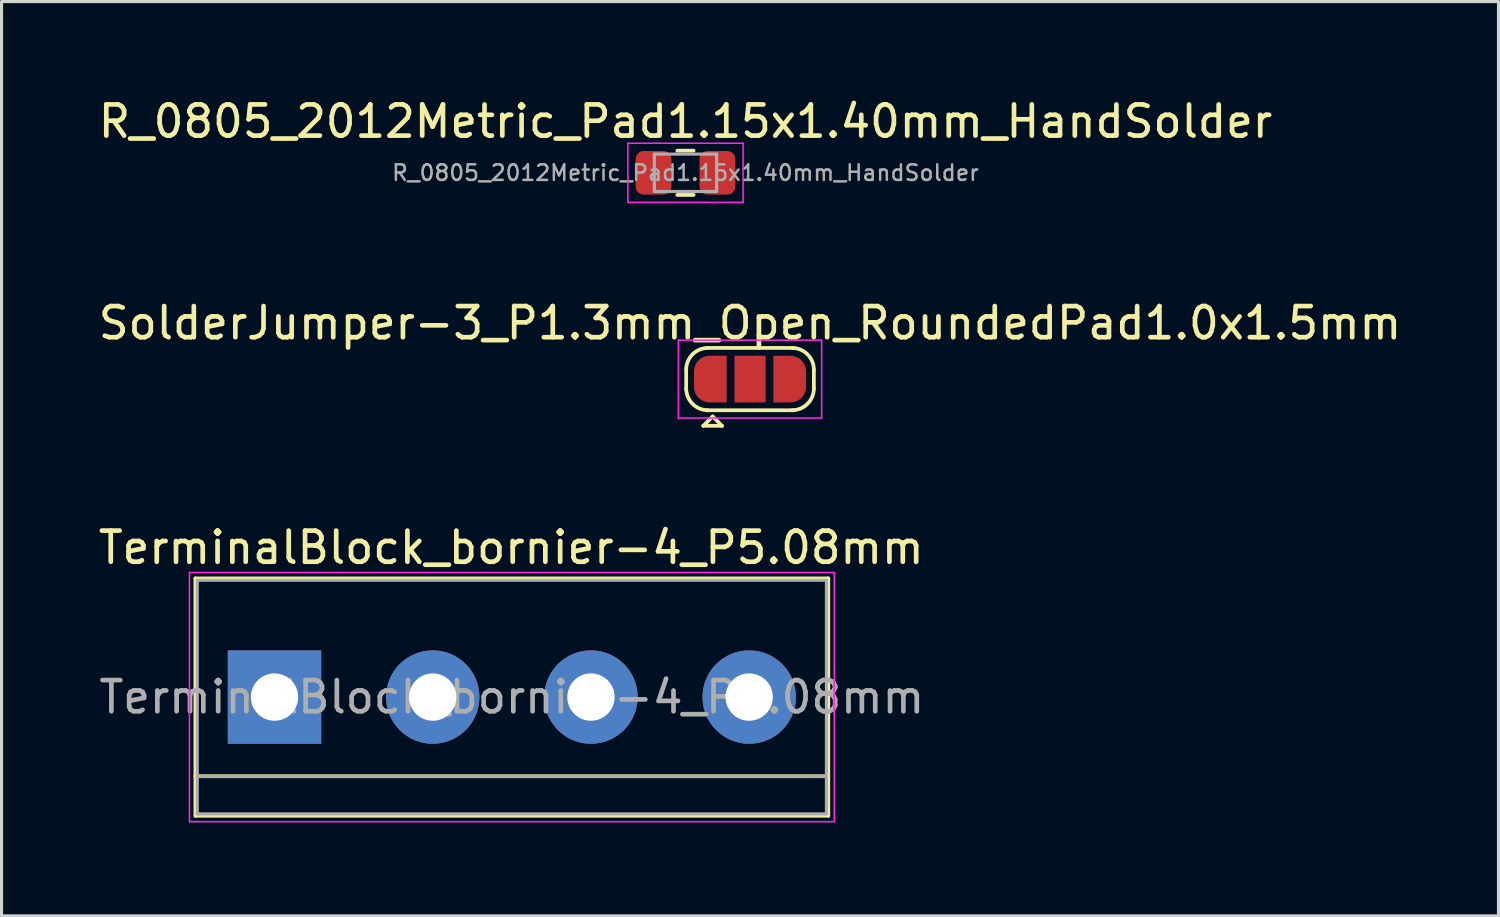
<source format=kicad_pcb>
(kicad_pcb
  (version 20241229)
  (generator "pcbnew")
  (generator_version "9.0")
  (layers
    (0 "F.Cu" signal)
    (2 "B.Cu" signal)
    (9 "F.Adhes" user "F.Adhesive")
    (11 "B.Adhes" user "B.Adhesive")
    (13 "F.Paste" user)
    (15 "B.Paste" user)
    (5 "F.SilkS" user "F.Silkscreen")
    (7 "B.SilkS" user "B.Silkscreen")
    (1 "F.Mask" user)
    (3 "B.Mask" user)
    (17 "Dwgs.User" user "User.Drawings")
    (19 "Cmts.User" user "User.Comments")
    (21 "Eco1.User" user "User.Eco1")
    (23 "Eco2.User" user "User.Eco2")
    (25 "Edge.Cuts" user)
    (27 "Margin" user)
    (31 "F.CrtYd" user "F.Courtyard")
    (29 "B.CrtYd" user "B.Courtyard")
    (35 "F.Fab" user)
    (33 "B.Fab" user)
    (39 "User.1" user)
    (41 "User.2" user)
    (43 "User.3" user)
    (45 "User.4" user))
  (footprint "R_0805_2012Metric_Pad1.15x1.40mm_HandSolder"
    (layer "F.Cu")
    (at 18.958 2.498)
    (property "Reference" "R_0805_2012Metric_Pad1.15x1.40mm_HandSolder" (at 0 -1.65 0) (layer "F.SilkS") (effects (font (size 1 1) (thickness 0.15))))
    (attr smd)
    (fp_line (start -0.261 -0.71) (end 0.261 -0.71) (stroke (width 0.12) (type solid)) (layer "F.SilkS"))
    (fp_line (start -0.261 0.71) (end 0.261 0.71) (stroke (width 0.12) (type solid)) (layer "F.SilkS"))
    (fp_line (start -1.85 -0.95) (end 1.85 -0.95) (stroke (width 0.05) (type solid)) (layer "F.CrtYd"))
    (fp_line (start -1.85 0.95) (end -1.85 -0.95) (stroke (width 0.05) (type solid)) (layer "F.CrtYd"))
    (fp_line (start 1.85 -0.95) (end 1.85 0.95) (stroke (width 0.05) (type solid)) (layer "F.CrtYd"))
    (fp_line (start 1.85 0.95) (end -1.85 0.95) (stroke (width 0.05) (type solid)) (layer "F.CrtYd"))
    (fp_line (start -1 -0.6) (end 1 -0.6) (stroke (width 0.1) (type solid)) (layer "F.Fab"))
    (fp_line (start -1 0.6) (end -1 -0.6) (stroke (width 0.1) (type solid)) (layer "F.Fab"))
    (fp_line (start 1 -0.6) (end 1 0.6) (stroke (width 0.1) (type solid)) (layer "F.Fab"))
    (fp_line (start 1 0.6) (end -1 0.6) (stroke (width 0.1) (type solid)) (layer "F.Fab"))
    (fp_text user "${REFERENCE}" (at 0 0 0) (layer "F.Fab") (effects (font (size 0.5 0.5) (thickness 0.08))))
    (pad "1" smd roundrect (at -1.025 0) (size 1.15 1.4) (layers "F.Cu" "F.Mask" "F.Paste") (roundrect_rratio 0.217))
    (pad "2" smd roundrect (at 1.025 0) (size 1.15 1.4) (layers "F.Cu" "F.Mask" "F.Paste") (roundrect_rratio 0.217)))
  (footprint "SolderJumper-3_P1.3mm_Open_RoundedPad1.0x1.5mm"
    (layer "F.Cu")
    (at 21.03 9.121)
    (property "Reference" "SolderJumper-3_P1.3mm_Open_RoundedPad1.0x1.5mm" (at 0 -1.8 0) (layer "F.SilkS") (effects (font (size 1 1) (thickness 0.15))))
    (attr exclude_from_pos_files exclude_from_bom)
    (fp_line (start -2.05 0.3) (end -2.05 -0.3) (stroke (width 0.12) (type solid)) (layer "F.SilkS"))
    (fp_line (start -1.5 1.5) (end -0.9 1.5) (stroke (width 0.12) (type solid)) (layer "F.SilkS"))
    (fp_line (start -1.4 -1) (end 1.4 -1) (stroke (width 0.12) (type solid)) (layer "F.SilkS"))
    (fp_line (start -1.2 1.2) (end -1.5 1.5) (stroke (width 0.12) (type solid)) (layer "F.SilkS"))
    (fp_line (start -1.2 1.2) (end -0.9 1.5) (stroke (width 0.12) (type solid)) (layer "F.SilkS"))
    (fp_line (start 1.4 1) (end -1.4 1) (stroke (width 0.12) (type solid)) (layer "F.SilkS"))
    (fp_line (start 2.05 -0.3) (end 2.05 0.3) (stroke (width 0.12) (type solid)) (layer "F.SilkS"))
    (fp_arc (start -2.05 -0.3) (mid -1.844975 -0.794975) (end -1.35 -1) (stroke (width 0.12) (type solid)) (layer "F.SilkS"))
    (fp_arc (start -1.35 1) (mid -1.844975 0.794975) (end -2.05 0.3) (stroke (width 0.12) (type solid)) (layer "F.SilkS"))
    (fp_arc (start 1.35 -1) (mid 1.844975 -0.794975) (end 2.05 -0.3) (stroke (width 0.12) (type solid)) (layer "F.SilkS"))
    (fp_arc (start 2.05 0.3) (mid 1.844975 0.794975) (end 1.35 1) (stroke (width 0.12) (type solid)) (layer "F.SilkS"))
    (fp_line (start -2.3 -1.25) (end -2.3 1.25) (stroke (width 0.05) (type solid)) (layer "F.CrtYd"))
    (fp_line (start -2.3 -1.25) (end 2.3 -1.25) (stroke (width 0.05) (type solid)) (layer "F.CrtYd"))
    (fp_line (start 2.3 1.25) (end -2.3 1.25) (stroke (width 0.05) (type solid)) (layer "F.CrtYd"))
    (fp_line (start 2.3 1.25) (end 2.3 -1.25) (stroke (width 0.05) (type solid)) (layer "F.CrtYd"))
    (pad "1" smd custom (at -1.3 0) (size 1 0.5) (layers "F.Cu" "F.Mask") (options (anchor rect)) (primitives (gr_circle (center 0 0.25) (end 0.5 0.25) (width 0) (fill yes)) (gr_circle (center 0 -0.25) (end 0.5 -0.25) (width 0) (fill yes)) (gr_poly (pts (xy 0.55 -0.75) (xy 0 -0.75) (xy 0 0.75) (xy 0.55 0.75)) (width 0) (fill yes))))
    (pad "2" smd rect (at 0 0) (size 1 1.5) (layers "F.Cu" "F.Mask"))
    (pad "3" smd custom (at 1.3 0) (size 1 0.5) (layers "F.Cu" "F.Mask") (options (anchor rect)) (primitives (gr_circle (center 0 0.25) (end 0.5 0.25) (width 0) (fill yes)) (gr_circle (center 0 -0.25) (end 0.5 -0.25) (width 0) (fill yes)) (gr_poly (pts (xy -0.55 -0.75) (xy 0 -0.75) (xy 0 0.75) (xy -0.55 0.75)) (width 0) (fill yes)))))
  (footprint "TerminalBlock_bornier-4_P5.08mm"
    (layer "F.Cu")
    (at 5.763 19.33)
    (property "Reference" "TerminalBlock_bornier-4_P5.08mm" (at 7.6 -4.8 0) (layer "F.SilkS") (effects (font (size 1 1) (thickness 0.15))))
    (attr through_hole)
    (fp_line (start -2.54 -3.81) (end -2.54 3.81) (stroke (width 0.12) (type solid)) (layer "F.SilkS"))
    (fp_line (start -2.54 -3.81) (end 17.78 -3.81) (stroke (width 0.12) (type solid)) (layer "F.SilkS"))
    (fp_line (start -2.54 3.81) (end 17.78 3.81) (stroke (width 0.12) (type solid)) (layer "F.SilkS"))
    (fp_line (start 17.78 2.54) (end -2.54 2.54) (stroke (width 0.12) (type solid)) (layer "F.SilkS"))
    (fp_line (start 17.78 3.81) (end 17.78 -3.81) (stroke (width 0.12) (type solid)) (layer "F.SilkS"))
    (fp_line (start -2.73 -4) (end -2.73 4) (stroke (width 0.05) (type solid)) (layer "F.CrtYd"))
    (fp_line (start -2.73 -4) (end 17.97 -4) (stroke (width 0.05) (type solid)) (layer "F.CrtYd"))
    (fp_line (start 17.97 4) (end -2.73 4) (stroke (width 0.05) (type solid)) (layer "F.CrtYd"))
    (fp_line (start 17.97 4) (end 17.97 -4) (stroke (width 0.05) (type solid)) (layer "F.CrtYd"))
    (fp_line (start -2.48 -3.75) (end 17.72 -3.75) (stroke (width 0.1) (type solid)) (layer "F.Fab"))
    (fp_line (start -2.48 2.55) (end 17.72 2.55) (stroke (width 0.1) (type solid)) (layer "F.Fab"))
    (fp_line (start -2.48 3.75) (end -2.48 -3.75) (stroke (width 0.1) (type solid)) (layer "F.Fab"))
    (fp_line (start -2.43 3.75) (end -2.48 3.75) (stroke (width 0.1) (type solid)) (layer "F.Fab"))
    (fp_line (start 17.72 -3.75) (end 17.72 3.75) (stroke (width 0.1) (type solid)) (layer "F.Fab"))
    (fp_line (start 17.72 3.75) (end -2.43 3.75) (stroke (width 0.1) (type solid)) (layer "F.Fab"))
    (fp_text user "${REFERENCE}" (at 7.62 0 0) (layer "F.Fab") (effects (font (size 1 1) (thickness 0.15))))
    (pad "1" thru_hole rect (at 0 0) (size 3 3) (drill 1.52) (layers "*.Cu" "*.Mask"))
    (pad "2" thru_hole circle (at 5.08 0) (size 3 3) (drill 1.52) (layers "*.Cu" "*.Mask"))
    (pad "3" thru_hole circle (at 10.16 0) (size 3 3) (drill 1.52) (layers "*.Cu" "*.Mask"))
    (pad "4" thru_hole circle (at 15.24 0) (size 3 3) (drill 1.52) (layers "*.Cu" "*.Mask")))
  (gr_rect
    (start -3 -3)
    (end 45.06 26.355)
    (stroke (width 0.1) (type default))
    (fill no)
    (layer "Edge.Cuts")))
</source>
